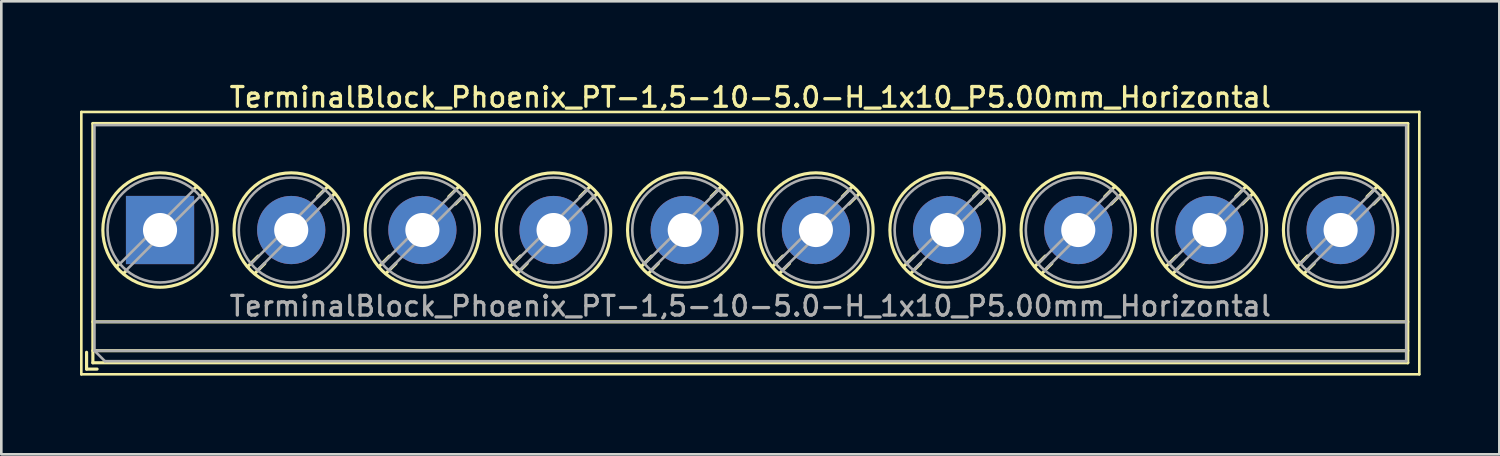
<source format=kicad_pcb>
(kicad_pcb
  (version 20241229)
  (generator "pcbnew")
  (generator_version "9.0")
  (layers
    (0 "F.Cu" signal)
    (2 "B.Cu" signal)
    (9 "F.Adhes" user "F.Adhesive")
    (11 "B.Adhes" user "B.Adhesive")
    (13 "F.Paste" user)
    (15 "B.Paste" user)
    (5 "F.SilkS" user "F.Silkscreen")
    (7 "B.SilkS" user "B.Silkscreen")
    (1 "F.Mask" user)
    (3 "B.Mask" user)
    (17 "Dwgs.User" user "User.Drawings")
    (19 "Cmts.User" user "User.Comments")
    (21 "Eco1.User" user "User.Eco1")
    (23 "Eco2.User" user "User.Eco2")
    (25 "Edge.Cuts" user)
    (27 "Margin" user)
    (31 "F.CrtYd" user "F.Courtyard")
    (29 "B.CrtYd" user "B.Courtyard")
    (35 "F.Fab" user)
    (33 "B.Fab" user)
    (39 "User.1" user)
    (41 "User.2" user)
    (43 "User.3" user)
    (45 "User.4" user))
  (footprint "TerminalBlock_Phoenix_PT-1,5-10-5.0-H_1x10_P5.00mm_Horizontal"
    (layer "F.Cu")
    (at 3.05 5.718)
    (property "Reference" "TerminalBlock_Phoenix_PT-1,5-10-5.0-H_1x10_P5.00mm_Horizontal" (at 22.5 -5.06 0) (layer "F.SilkS") (effects (font (size 0.75 0.75) (thickness 0.125))))
    (attr through_hole)
    (fp_line (start -3 -4.5) (end -3 5.5) (stroke (width 0.1) (type solid)) (layer "F.SilkS"))
    (fp_line (start -3 5.5) (end 48 5.5) (stroke (width 0.1) (type solid)) (layer "F.SilkS"))
    (fp_line (start -2.8 4.66) (end -2.8 5.3) (stroke (width 0.12) (type solid)) (layer "F.SilkS"))
    (fp_line (start -2.8 5.3) (end -2.4 5.3) (stroke (width 0.12) (type solid)) (layer "F.SilkS"))
    (fp_line (start -2.56 -4.06) (end -2.56 5.06) (stroke (width 0.12) (type solid)) (layer "F.SilkS"))
    (fp_line (start -2.56 -4.06) (end 47.56 -4.06) (stroke (width 0.12) (type solid)) (layer "F.SilkS"))
    (fp_line (start -2.56 3.5) (end 47.56 3.5) (stroke (width 0.12) (type solid)) (layer "F.SilkS"))
    (fp_line (start -2.56 4.6) (end 47.56 4.6) (stroke (width 0.12) (type solid)) (layer "F.SilkS"))
    (fp_line (start -2.56 5.06) (end 47.56 5.06) (stroke (width 0.12) (type solid)) (layer "F.SilkS"))
    (fp_line (start -1.548 1.281) (end -1.654 1.388) (stroke (width 0.12) (type solid)) (layer "F.SilkS"))
    (fp_line (start -1.282 1.547) (end -1.388 1.654) (stroke (width 0.12) (type solid)) (layer "F.SilkS"))
    (fp_line (start 1.388 -1.654) (end 1.281 -1.547) (stroke (width 0.12) (type solid)) (layer "F.SilkS"))
    (fp_line (start 1.654 -1.388) (end 1.547 -1.281) (stroke (width 0.12) (type solid)) (layer "F.SilkS"))
    (fp_line (start 3.742 0.992) (end 3.347 1.388) (stroke (width 0.12) (type solid)) (layer "F.SilkS"))
    (fp_line (start 3.993 1.274) (end 3.613 1.654) (stroke (width 0.12) (type solid)) (layer "F.SilkS"))
    (fp_line (start 6.388 -1.654) (end 6.008 -1.274) (stroke (width 0.12) (type solid)) (layer "F.SilkS"))
    (fp_line (start 6.654 -1.388) (end 6.259 -0.992) (stroke (width 0.12) (type solid)) (layer "F.SilkS"))
    (fp_line (start 8.742 0.992) (end 8.347 1.388) (stroke (width 0.12) (type solid)) (layer "F.SilkS"))
    (fp_line (start 8.993 1.274) (end 8.613 1.654) (stroke (width 0.12) (type solid)) (layer "F.SilkS"))
    (fp_line (start 11.388 -1.654) (end 11.008 -1.274) (stroke (width 0.12) (type solid)) (layer "F.SilkS"))
    (fp_line (start 11.654 -1.388) (end 11.259 -0.992) (stroke (width 0.12) (type solid)) (layer "F.SilkS"))
    (fp_line (start 13.742 0.992) (end 13.347 1.388) (stroke (width 0.12) (type solid)) (layer "F.SilkS"))
    (fp_line (start 13.993 1.274) (end 13.613 1.654) (stroke (width 0.12) (type solid)) (layer "F.SilkS"))
    (fp_line (start 16.388 -1.654) (end 16.008 -1.274) (stroke (width 0.12) (type solid)) (layer "F.SilkS"))
    (fp_line (start 16.654 -1.388) (end 16.259 -0.992) (stroke (width 0.12) (type solid)) (layer "F.SilkS"))
    (fp_line (start 18.742 0.992) (end 18.347 1.388) (stroke (width 0.12) (type solid)) (layer "F.SilkS"))
    (fp_line (start 18.993 1.274) (end 18.613 1.654) (stroke (width 0.12) (type solid)) (layer "F.SilkS"))
    (fp_line (start 21.388 -1.654) (end 21.008 -1.274) (stroke (width 0.12) (type solid)) (layer "F.SilkS"))
    (fp_line (start 21.654 -1.388) (end 21.259 -0.992) (stroke (width 0.12) (type solid)) (layer "F.SilkS"))
    (fp_line (start 23.742 0.992) (end 23.347 1.388) (stroke (width 0.12) (type solid)) (layer "F.SilkS"))
    (fp_line (start 23.993 1.274) (end 23.613 1.654) (stroke (width 0.12) (type solid)) (layer "F.SilkS"))
    (fp_line (start 26.388 -1.654) (end 26.008 -1.274) (stroke (width 0.12) (type solid)) (layer "F.SilkS"))
    (fp_line (start 26.654 -1.388) (end 26.259 -0.992) (stroke (width 0.12) (type solid)) (layer "F.SilkS"))
    (fp_line (start 28.742 0.992) (end 28.347 1.388) (stroke (width 0.12) (type solid)) (layer "F.SilkS"))
    (fp_line (start 28.993 1.274) (end 28.613 1.654) (stroke (width 0.12) (type solid)) (layer "F.SilkS"))
    (fp_line (start 31.388 -1.654) (end 31.008 -1.274) (stroke (width 0.12) (type solid)) (layer "F.SilkS"))
    (fp_line (start 31.654 -1.388) (end 31.259 -0.992) (stroke (width 0.12) (type solid)) (layer "F.SilkS"))
    (fp_line (start 33.742 0.992) (end 33.347 1.388) (stroke (width 0.12) (type solid)) (layer "F.SilkS"))
    (fp_line (start 33.993 1.274) (end 33.613 1.654) (stroke (width 0.12) (type solid)) (layer "F.SilkS"))
    (fp_line (start 36.388 -1.654) (end 36.008 -1.274) (stroke (width 0.12) (type solid)) (layer "F.SilkS"))
    (fp_line (start 36.654 -1.388) (end 36.259 -0.992) (stroke (width 0.12) (type solid)) (layer "F.SilkS"))
    (fp_line (start 38.742 0.992) (end 38.347 1.388) (stroke (width 0.12) (type solid)) (layer "F.SilkS"))
    (fp_line (start 38.993 1.274) (end 38.613 1.654) (stroke (width 0.12) (type solid)) (layer "F.SilkS"))
    (fp_line (start 41.388 -1.654) (end 41.008 -1.274) (stroke (width 0.12) (type solid)) (layer "F.SilkS"))
    (fp_line (start 41.654 -1.388) (end 41.259 -0.992) (stroke (width 0.12) (type solid)) (layer "F.SilkS"))
    (fp_line (start 43.742 0.992) (end 43.347 1.388) (stroke (width 0.12) (type solid)) (layer "F.SilkS"))
    (fp_line (start 43.993 1.274) (end 43.613 1.654) (stroke (width 0.12) (type solid)) (layer "F.SilkS"))
    (fp_line (start 46.388 -1.654) (end 46.008 -1.274) (stroke (width 0.12) (type solid)) (layer "F.SilkS"))
    (fp_line (start 46.654 -1.388) (end 46.259 -0.992) (stroke (width 0.12) (type solid)) (layer "F.SilkS"))
    (fp_line (start 47.56 -4.06) (end 47.56 5.06) (stroke (width 0.12) (type solid)) (layer "F.SilkS"))
    (fp_line (start 48 -4.5) (end -3 -4.5) (stroke (width 0.1) (type solid)) (layer "F.SilkS"))
    (fp_line (start 48 5.5) (end 48 -4.5) (stroke (width 0.1) (type solid)) (layer "F.SilkS"))
    (fp_circle (center 0 0) (end 2.18 0) (stroke (width 0.12) (type solid)) (fill no) (layer "F.SilkS"))
    (fp_circle (center 5 0) (end 7.18 0) (stroke (width 0.12) (type solid)) (fill no) (layer "F.SilkS"))
    (fp_circle (center 10 0) (end 12.18 0) (stroke (width 0.12) (type solid)) (fill no) (layer "F.SilkS"))
    (fp_circle (center 15 0) (end 17.18 0) (stroke (width 0.12) (type solid)) (fill no) (layer "F.SilkS"))
    (fp_circle (center 20 0) (end 22.18 0) (stroke (width 0.12) (type solid)) (fill no) (layer "F.SilkS"))
    (fp_circle (center 25 0) (end 27.18 0) (stroke (width 0.12) (type solid)) (fill no) (layer "F.SilkS"))
    (fp_circle (center 30 0) (end 32.18 0) (stroke (width 0.12) (type solid)) (fill no) (layer "F.SilkS"))
    (fp_circle (center 35 0) (end 37.18 0) (stroke (width 0.12) (type solid)) (fill no) (layer "F.SilkS"))
    (fp_circle (center 40 0) (end 42.18 0) (stroke (width 0.12) (type solid)) (fill no) (layer "F.SilkS"))
    (fp_circle (center 45 0) (end 47.18 0) (stroke (width 0.12) (type solid)) (fill no) (layer "F.SilkS"))
    (fp_line (start -2.5 -4) (end 47.5 -4) (stroke (width 0.1) (type solid)) (layer "F.Fab"))
    (fp_line (start -2.5 3.5) (end 47.5 3.5) (stroke (width 0.1) (type solid)) (layer "F.Fab"))
    (fp_line (start -2.5 4.6) (end -2.5 -4) (stroke (width 0.1) (type solid)) (layer "F.Fab"))
    (fp_line (start -2.5 4.6) (end 47.5 4.6) (stroke (width 0.1) (type solid)) (layer "F.Fab"))
    (fp_line (start -2.1 5) (end -2.5 4.6) (stroke (width 0.1) (type solid)) (layer "F.Fab"))
    (fp_line (start 1.273 -1.517) (end -1.517 1.273) (stroke (width 0.1) (type solid)) (layer "F.Fab"))
    (fp_line (start 1.517 -1.273) (end -1.273 1.517) (stroke (width 0.1) (type solid)) (layer "F.Fab"))
    (fp_line (start 6.273 -1.517) (end 3.484 1.273) (stroke (width 0.1) (type solid)) (layer "F.Fab"))
    (fp_line (start 6.517 -1.273) (end 3.728 1.517) (stroke (width 0.1) (type solid)) (layer "F.Fab"))
    (fp_line (start 11.273 -1.517) (end 8.484 1.273) (stroke (width 0.1) (type solid)) (layer "F.Fab"))
    (fp_line (start 11.517 -1.273) (end 8.728 1.517) (stroke (width 0.1) (type solid)) (layer "F.Fab"))
    (fp_line (start 16.273 -1.517) (end 13.484 1.273) (stroke (width 0.1) (type solid)) (layer "F.Fab"))
    (fp_line (start 16.517 -1.273) (end 13.728 1.517) (stroke (width 0.1) (type solid)) (layer "F.Fab"))
    (fp_line (start 21.273 -1.517) (end 18.484 1.273) (stroke (width 0.1) (type solid)) (layer "F.Fab"))
    (fp_line (start 21.517 -1.273) (end 18.728 1.517) (stroke (width 0.1) (type solid)) (layer "F.Fab"))
    (fp_line (start 26.273 -1.517) (end 23.484 1.273) (stroke (width 0.1) (type solid)) (layer "F.Fab"))
    (fp_line (start 26.517 -1.273) (end 23.728 1.517) (stroke (width 0.1) (type solid)) (layer "F.Fab"))
    (fp_line (start 31.273 -1.517) (end 28.484 1.273) (stroke (width 0.1) (type solid)) (layer "F.Fab"))
    (fp_line (start 31.517 -1.273) (end 28.728 1.517) (stroke (width 0.1) (type solid)) (layer "F.Fab"))
    (fp_line (start 36.273 -1.517) (end 33.484 1.273) (stroke (width 0.1) (type solid)) (layer "F.Fab"))
    (fp_line (start 36.517 -1.273) (end 33.728 1.517) (stroke (width 0.1) (type solid)) (layer "F.Fab"))
    (fp_line (start 41.273 -1.517) (end 38.484 1.273) (stroke (width 0.1) (type solid)) (layer "F.Fab"))
    (fp_line (start 41.517 -1.273) (end 38.728 1.517) (stroke (width 0.1) (type solid)) (layer "F.Fab"))
    (fp_line (start 46.273 -1.517) (end 43.484 1.273) (stroke (width 0.1) (type solid)) (layer "F.Fab"))
    (fp_line (start 46.517 -1.273) (end 43.728 1.517) (stroke (width 0.1) (type solid)) (layer "F.Fab"))
    (fp_line (start 47.5 -4) (end 47.5 5) (stroke (width 0.1) (type solid)) (layer "F.Fab"))
    (fp_line (start 47.5 5) (end -2.1 5) (stroke (width 0.1) (type solid)) (layer "F.Fab"))
    (fp_circle (center 0 0) (end 2 0) (stroke (width 0.1) (type solid)) (fill no) (layer "F.Fab"))
    (fp_circle (center 5 0) (end 7 0) (stroke (width 0.1) (type solid)) (fill no) (layer "F.Fab"))
    (fp_circle (center 10 0) (end 12 0) (stroke (width 0.1) (type solid)) (fill no) (layer "F.Fab"))
    (fp_circle (center 15 0) (end 17 0) (stroke (width 0.1) (type solid)) (fill no) (layer "F.Fab"))
    (fp_circle (center 20 0) (end 22 0) (stroke (width 0.1) (type solid)) (fill no) (layer "F.Fab"))
    (fp_circle (center 25 0) (end 27 0) (stroke (width 0.1) (type solid)) (fill no) (layer "F.Fab"))
    (fp_circle (center 30 0) (end 32 0) (stroke (width 0.1) (type solid)) (fill no) (layer "F.Fab"))
    (fp_circle (center 35 0) (end 37 0) (stroke (width 0.1) (type solid)) (fill no) (layer "F.Fab"))
    (fp_circle (center 40 0) (end 42 0) (stroke (width 0.1) (type solid)) (fill no) (layer "F.Fab"))
    (fp_circle (center 45 0) (end 47 0) (stroke (width 0.1) (type solid)) (fill no) (layer "F.Fab"))
    (fp_text user "${REFERENCE}" (at 22.5 2.9 0) (layer "F.Fab") (effects (font (size 0.75 0.75) (thickness 0.125))))
    (pad "1" thru_hole rect (at 0 0) (size 2.6 2.6) (drill 1.3) (layers "*.Cu" "*.Mask"))
    (pad "2" thru_hole circle (at 5 0) (size 2.6 2.6) (drill 1.3) (layers "*.Cu" "*.Mask"))
    (pad "3" thru_hole circle (at 10 0) (size 2.6 2.6) (drill 1.3) (layers "*.Cu" "*.Mask"))
    (pad "4" thru_hole circle (at 15 0) (size 2.6 2.6) (drill 1.3) (layers "*.Cu" "*.Mask"))
    (pad "5" thru_hole circle (at 20 0) (size 2.6 2.6) (drill 1.3) (layers "*.Cu" "*.Mask"))
    (pad "6" thru_hole circle (at 25 0) (size 2.6 2.6) (drill 1.3) (layers "*.Cu" "*.Mask"))
    (pad "7" thru_hole circle (at 30 0) (size 2.6 2.6) (drill 1.3) (layers "*.Cu" "*.Mask"))
    (pad "8" thru_hole circle (at 35 0) (size 2.6 2.6) (drill 1.3) (layers "*.Cu" "*.Mask"))
    (pad "9" thru_hole circle (at 40 0) (size 2.6 2.6) (drill 1.3) (layers "*.Cu" "*.Mask"))
    (pad "10" thru_hole circle (at 45 0) (size 2.6 2.6) (drill 1.3) (layers "*.Cu" "*.Mask")))
  (gr_rect
    (start -3 -3)
    (end 54.1 14.268)
    (stroke (width 0.1) (type default))
    (fill no)
    (layer "Edge.Cuts")))
</source>
